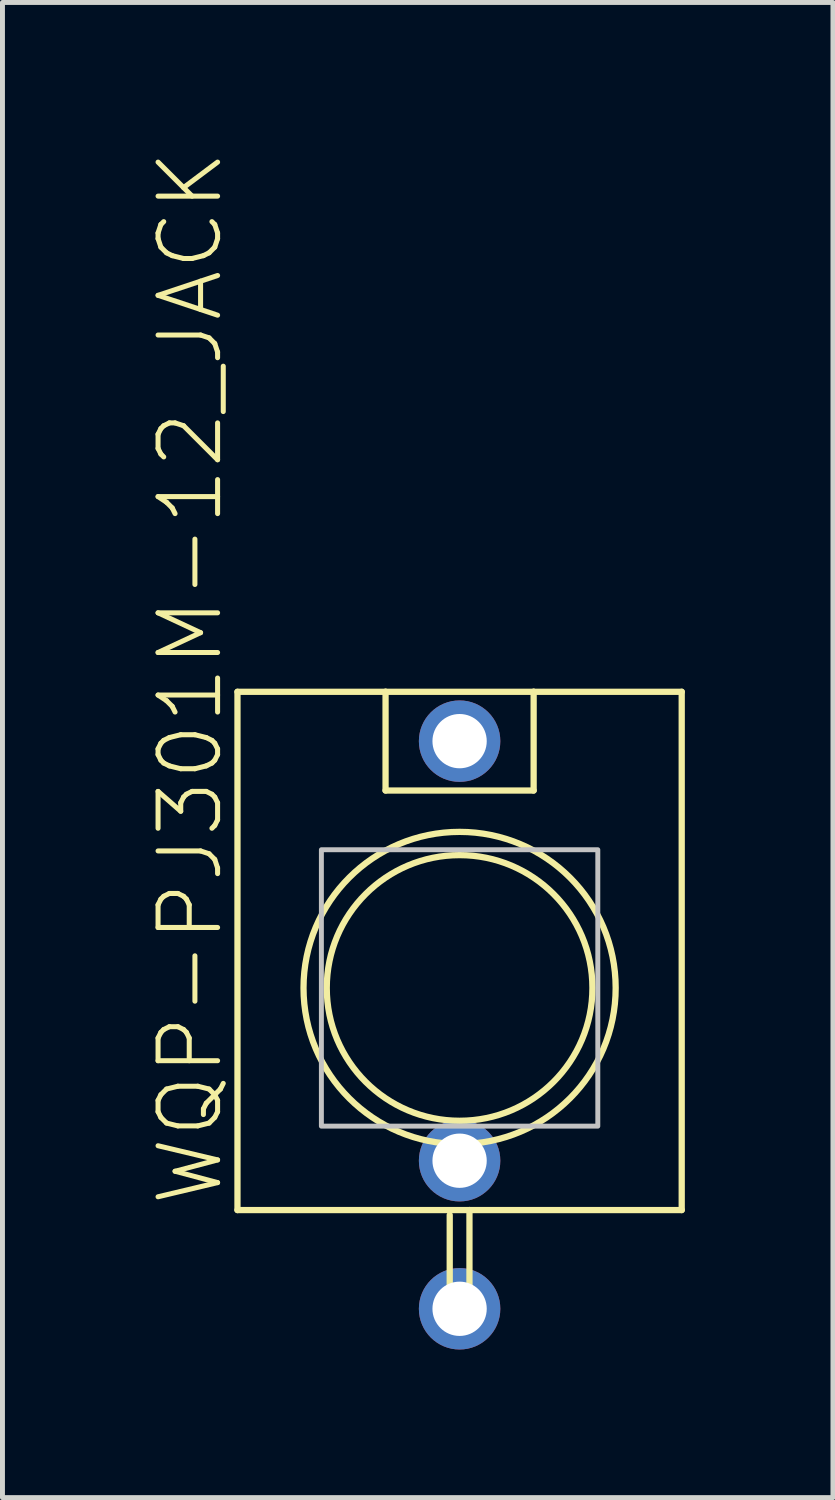
<source format=kicad_pcb>
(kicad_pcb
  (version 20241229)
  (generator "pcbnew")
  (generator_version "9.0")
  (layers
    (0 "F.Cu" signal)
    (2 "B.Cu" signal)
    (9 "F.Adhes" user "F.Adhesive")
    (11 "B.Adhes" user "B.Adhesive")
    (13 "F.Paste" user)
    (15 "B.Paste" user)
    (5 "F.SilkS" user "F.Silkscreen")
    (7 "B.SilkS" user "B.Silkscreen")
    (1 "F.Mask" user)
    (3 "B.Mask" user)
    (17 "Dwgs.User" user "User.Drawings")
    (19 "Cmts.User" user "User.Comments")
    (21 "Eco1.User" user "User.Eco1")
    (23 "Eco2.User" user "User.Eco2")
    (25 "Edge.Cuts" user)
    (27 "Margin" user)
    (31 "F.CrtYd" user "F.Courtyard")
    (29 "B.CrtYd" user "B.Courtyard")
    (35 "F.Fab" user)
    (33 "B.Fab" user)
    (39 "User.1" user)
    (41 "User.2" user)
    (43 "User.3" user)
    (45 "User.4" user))
  (footprint "WQP-PJ301M-12_JACK"
    (layer "F.Cu")
    (at 6.261 16.965)
    (property "Reference" "WQP-PJ301M-12_JACK" (at -4.75 4.47 90) (layer "F.SilkS") (effects (font (size 1.206 1.206) (thickness 0.102)) (justify left bottom)))
    (attr through_hole)
    (fp_line (start -4.5 -6) (end -4.5 4.5) (stroke (width 0.127) (type solid)) (layer "F.SilkS"))
    (fp_line (start -4.5 -6) (end -1.5 -6) (stroke (width 0.127) (type solid)) (layer "F.SilkS"))
    (fp_line (start -4.5 4.5) (end 0.2 4.5) (stroke (width 0.127) (type solid)) (layer "F.SilkS"))
    (fp_line (start -1.5 -6) (end -1.5 -4) (stroke (width 0.127) (type solid)) (layer "F.SilkS"))
    (fp_line (start -1.5 -6) (end 1.5 -6) (stroke (width 0.127) (type solid)) (layer "F.SilkS"))
    (fp_line (start -1.5 -4) (end 1.5 -4) (stroke (width 0.127) (type solid)) (layer "F.SilkS"))
    (fp_line (start -0.2 4.6) (end -0.2 6.7) (stroke (width 0.127) (type solid)) (layer "F.SilkS"))
    (fp_line (start -0.2 6.7) (end 0.2 6.7) (stroke (width 0.127) (type solid)) (layer "F.SilkS"))
    (fp_line (start 0.2 4.5) (end 4.5 4.5) (stroke (width 0.127) (type solid)) (layer "F.SilkS"))
    (fp_line (start 0.2 6.7) (end 0.2 4.5) (stroke (width 0.127) (type solid)) (layer "F.SilkS"))
    (fp_line (start 1.5 -6) (end 4.5 -6) (stroke (width 0.127) (type solid)) (layer "F.SilkS"))
    (fp_line (start 1.5 -4) (end 1.5 -6) (stroke (width 0.127) (type solid)) (layer "F.SilkS"))
    (fp_line (start 4.5 4.5) (end 4.5 -6) (stroke (width 0.127) (type solid)) (layer "F.SilkS"))
    (fp_circle (center 0 0) (end 2.691 0) (stroke (width 0.127) (type solid)) (fill no) (layer "F.SilkS"))
    (fp_circle (center 0 0) (end 3.162 0) (stroke (width 0.127) (type solid)) (fill no) (layer "F.SilkS"))
    (fp_poly (pts (xy -2.8 2.8) (xy 2.8 2.8) (xy 2.8 -2.8) (xy -2.8 -2.8)) (stroke (width 0.1) (type solid)) (fill no) (layer "Dwgs.User"))
    (pad "P$1" thru_hole circle (at 0 -5) (size 1.65 1.65) (drill 1.1) (layers "*.Cu" "*.Mask"))
    (pad "P$2" thru_hole circle (at 0 3.5) (size 1.65 1.65) (drill 1.1) (layers "*.Cu" "*.Mask"))
    (pad "P$3" thru_hole circle (at 0 6.5) (size 1.65 1.65) (drill 1.1) (layers "*.Cu" "*.Mask")))
  (gr_rect
    (start -3 -3)
    (end 13.825 27.29)
    (stroke (width 0.1) (type default))
    (fill no)
    (layer "Edge.Cuts")))
</source>
